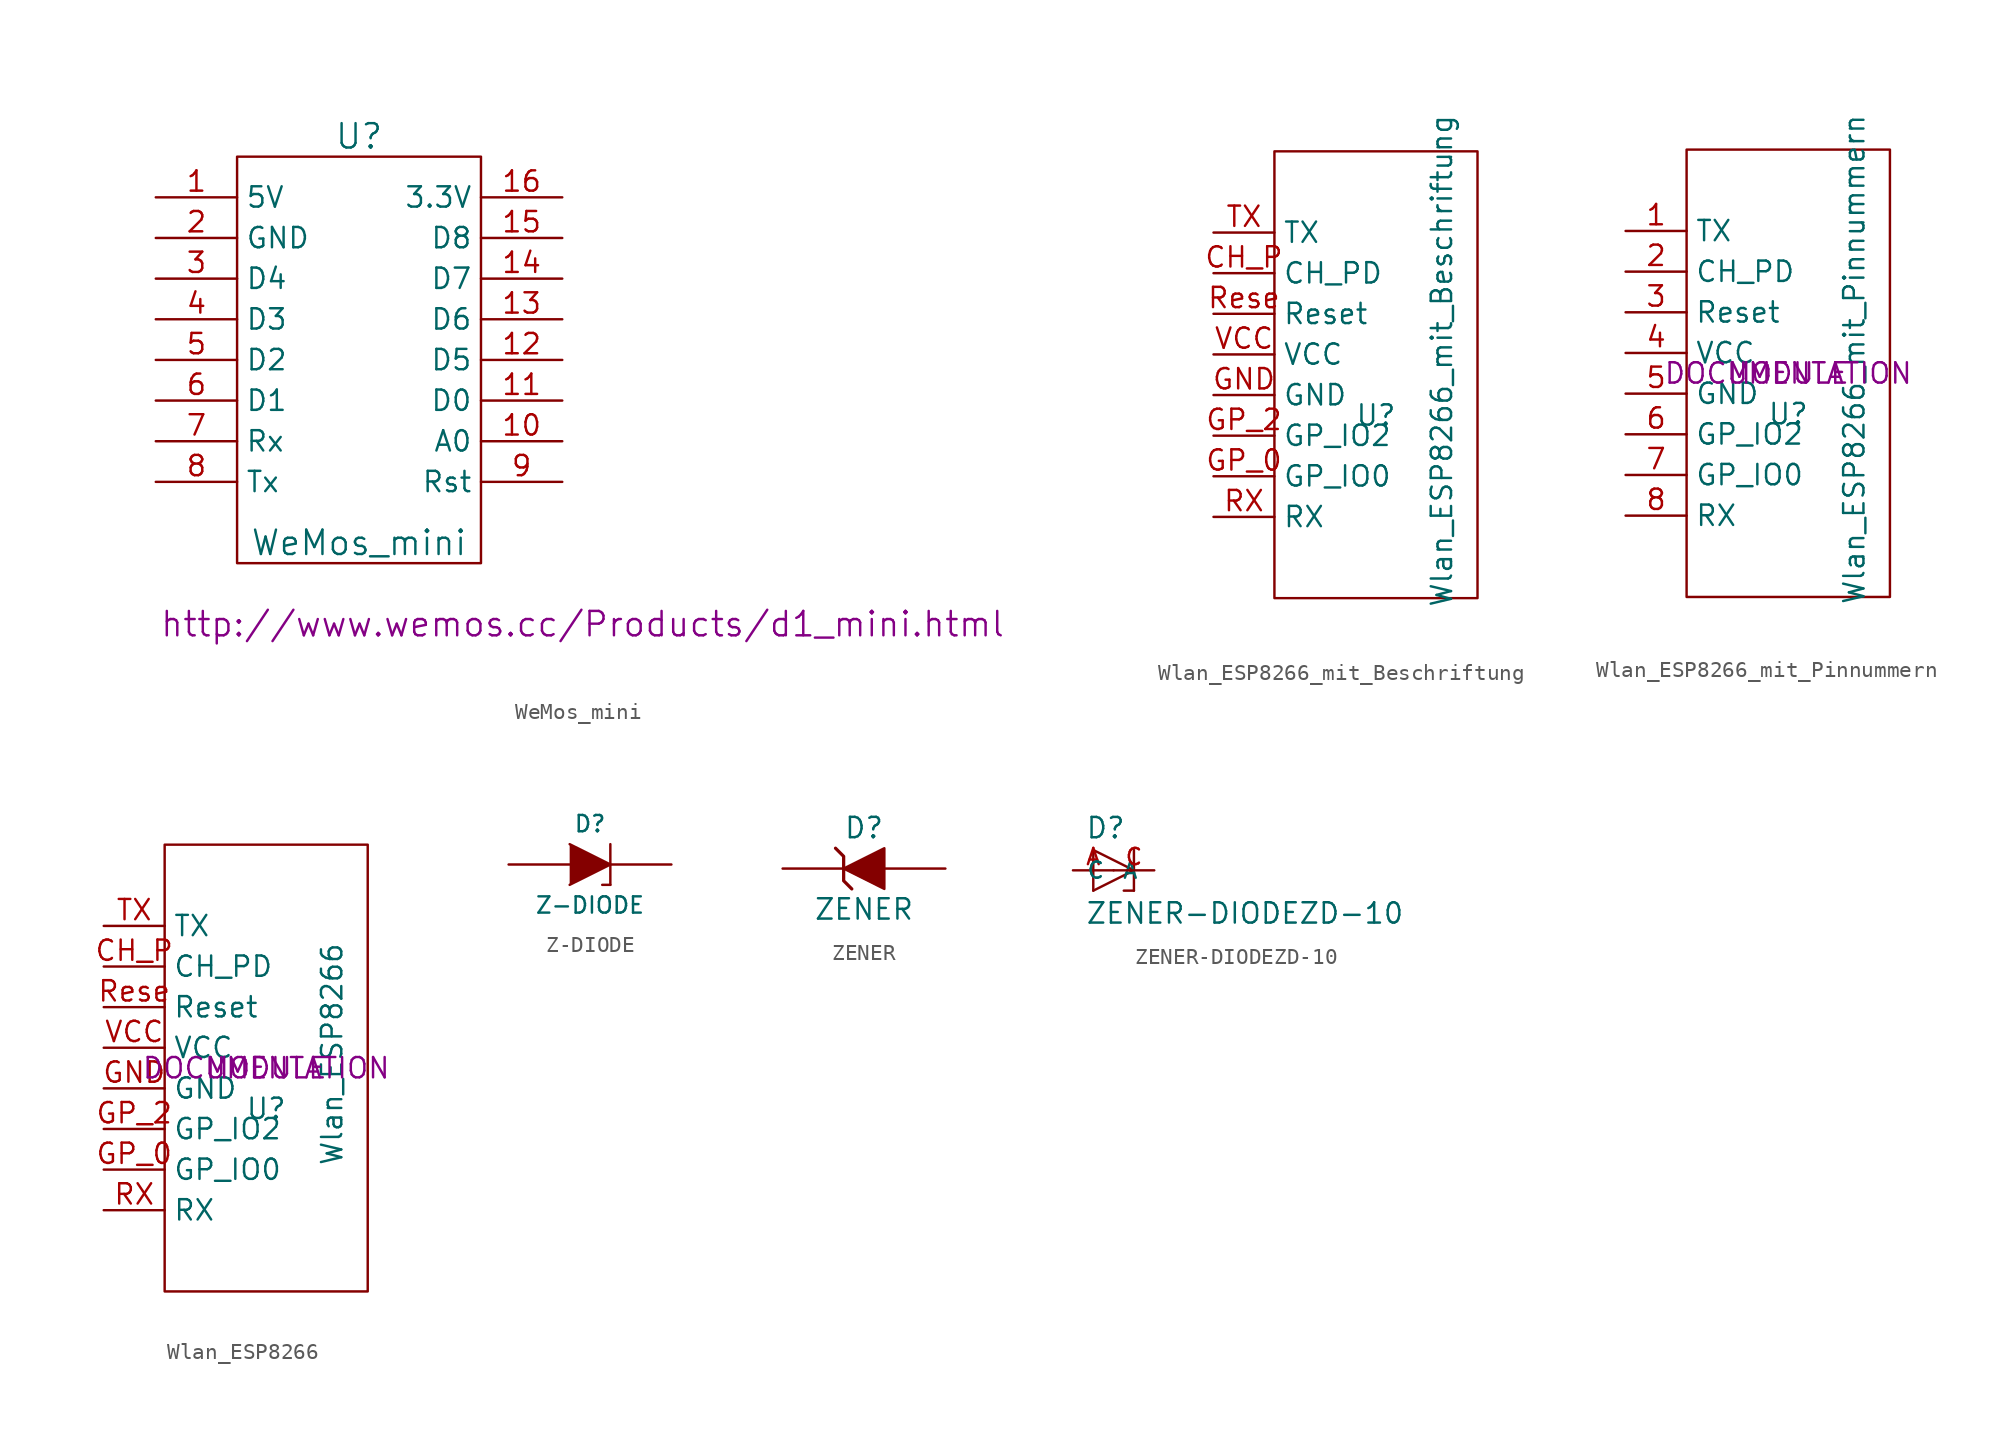
<source format=kicad_sym>
(kicad_symbol_lib
  (version 20201005)
  (generator kicad_symbol_editor)
  (symbol "Zimprich_neu:WeMos_mini"
    (property "Reference" "U"
      (at 0 12.7 0)
      (effects (font (size 1.524 1.524))))
    (property "Value" "WeMos_mini"
      (at 0 -12.7 0)
      (effects (font (size 1.524 1.524))))
    (property "Footprint" ""
      (at 13.97 -17.78 0)
      (effects (font (size 1.524 1.524))))
    (property "Datasheet" "http://www.wemos.cc/Products/d1_mini.html"
      (at 13.97 -17.78 0)
      (effects (font (size 1.524 1.524))))
    (symbol "WeMos_mini_0_1"
      (rectangle (start -7.62 11.43) (end 7.62 -13.97) (stroke (width 0)) (fill (type none))))
    (symbol "WeMos_mini_1_1"
      (pin power_in line (at -12.7 8.89 0) (length 5.08) (name "5V" (effects (font (size 1.27 1.27)))) (number "1" (effects (font (size 1.27 1.27)))))
      (pin bidirectional line (at 12.7 -6.35 180) (length 5.08) (name "A0" (effects (font (size 1.27 1.27)))) (number "10" (effects (font (size 1.27 1.27)))))
      (pin bidirectional line (at 12.7 -3.81 180) (length 5.08) (name "D0" (effects (font (size 1.27 1.27)))) (number "11" (effects (font (size 1.27 1.27)))))
      (pin bidirectional line (at 12.7 -1.27 180) (length 5.08) (name "D5" (effects (font (size 1.27 1.27)))) (number "12" (effects (font (size 1.27 1.27)))))
      (pin bidirectional line (at 12.7 1.27 180) (length 5.08) (name "D6" (effects (font (size 1.27 1.27)))) (number "13" (effects (font (size 1.27 1.27)))))
      (pin bidirectional line (at 12.7 3.81 180) (length 5.08) (name "D7" (effects (font (size 1.27 1.27)))) (number "14" (effects (font (size 1.27 1.27)))))
      (pin bidirectional line (at 12.7 6.35 180) (length 5.08) (name "D8" (effects (font (size 1.27 1.27)))) (number "15" (effects (font (size 1.27 1.27)))))
      (pin power_out line (at 12.7 8.89 180) (length 5.08) (name "3.3V" (effects (font (size 1.27 1.27)))) (number "16" (effects (font (size 1.27 1.27)))))
      (pin power_in line (at -12.7 6.35 0) (length 5.08) (name "GND" (effects (font (size 1.27 1.27)))) (number "2" (effects (font (size 1.27 1.27)))))
      (pin bidirectional line (at -12.7 3.81 0) (length 5.08) (name "D4" (effects (font (size 1.27 1.27)))) (number "3" (effects (font (size 1.27 1.27)))))
      (pin bidirectional line (at -12.7 1.27 0) (length 5.08) (name "D3" (effects (font (size 1.27 1.27)))) (number "4" (effects (font (size 1.27 1.27)))))
      (pin bidirectional line (at -12.7 -1.27 0) (length 5.08) (name "D2" (effects (font (size 1.27 1.27)))) (number "5" (effects (font (size 1.27 1.27)))))
      (pin bidirectional line (at -12.7 -3.81 0) (length 5.08) (name "D1" (effects (font (size 1.27 1.27)))) (number "6" (effects (font (size 1.27 1.27)))))
      (pin bidirectional line (at -12.7 -6.35 0) (length 5.08) (name "Rx" (effects (font (size 1.27 1.27)))) (number "7" (effects (font (size 1.27 1.27)))))
      (pin bidirectional line (at -12.7 -8.89 0) (length 5.08) (name "Tx" (effects (font (size 1.27 1.27)))) (number "8" (effects (font (size 1.27 1.27)))))
      (pin bidirectional line (at 12.7 -8.89 180) (length 5.08) (name "Rst" (effects (font (size 1.27 1.27)))) (number "9" (effects (font (size 1.27 1.27)))))))
  (symbol "Zimprich_neu:Wlan_ESP8266_mit_Beschriftung"
    (property "Reference" "U"
      (at 0 -2.54 0)
      (effects (font (size 1.27 1.27))))
    (property "Value" "Wlan_ESP8266_mit_Beschriftung"
      (at 4.115 0.864 90)
      (effects (font (size 1.27 1.27))))
    (symbol "Wlan_ESP8266_mit_Beschriftung_1_0"
      (rectangle (start -6.35 -13.97) (end 6.35 13.97) (stroke (width 0)) (fill (type none))))
    (symbol "Wlan_ESP8266_mit_Beschriftung_1_1"
      (pin input line (at -10.16 6.35 0) (length 3.81) (name "CH_PD" (effects (font (size 1.27 1.27)))) (number "CH_P" (effects (font (size 1.27 1.27)))))
      (pin input line (at -10.16 -1.27 0) (length 3.81) (name "GND" (effects (font (size 1.27 1.27)))) (number "GND" (effects (font (size 1.27 1.27)))))
      (pin input line (at -10.16 -6.35 0) (length 3.81) (name "GP_IO0" (effects (font (size 1.27 1.27)))) (number "GP_0" (effects (font (size 1.27 1.27)))))
      (pin input line (at -10.16 -3.81 0) (length 3.81) (name "GP_IO2" (effects (font (size 1.27 1.27)))) (number "GP_2" (effects (font (size 1.27 1.27)))))
      (pin input line (at -10.16 -8.89 0) (length 3.81) (name "RX" (effects (font (size 1.27 1.27)))) (number "RX" (effects (font (size 1.27 1.27)))))
      (pin input line (at -10.16 3.81 0) (length 3.81) (name "Reset" (effects (font (size 1.27 1.27)))) (number "Rese" (effects (font (size 1.27 1.27)))))
      (pin input line (at -10.16 8.89 0) (length 3.81) (name "TX" (effects (font (size 1.27 1.27)))) (number "TX" (effects (font (size 1.27 1.27)))))
      (pin input line (at -10.16 1.27 0) (length 3.81) (name "VCC" (effects (font (size 1.27 1.27)))) (number "VCC" (effects (font (size 1.27 1.27)))))))
  (symbol "Zimprich_neu:Wlan_ESP8266_mit_Pinnummern"
    (property "Reference" "U"
      (at 0 -2.54 0)
      (effects (font (size 1.27 1.27))))
    (property "Value" "Wlan_ESP8266_mit_Pinnummern"
      (at 4.115 0.864 90)
      (effects (font (size 1.27 1.27))))
    (property "Footprint" "MODULE"
      (at 0 0 0)
      (effects (font (size 1.27 1.27))))
    (property "Datasheet" "DOCUMENTATION"
      (at 0 0 0)
      (effects (font (size 1.27 1.27))))
    (symbol "Wlan_ESP8266_mit_Pinnummern_1_0"
      (rectangle (start -6.35 -13.97) (end 6.35 13.97) (stroke (width 0)) (fill (type none))))
    (symbol "Wlan_ESP8266_mit_Pinnummern_1_1"
      (pin input line (at -10.16 8.89 0) (length 3.81) (name "TX" (effects (font (size 1.27 1.27)))) (number "1" (effects (font (size 1.27 1.27)))))
      (pin input line (at -10.16 6.35 0) (length 3.81) (name "CH_PD" (effects (font (size 1.27 1.27)))) (number "2" (effects (font (size 1.27 1.27)))))
      (pin input line (at -10.16 3.81 0) (length 3.81) (name "Reset" (effects (font (size 1.27 1.27)))) (number "3" (effects (font (size 1.27 1.27)))))
      (pin input line (at -10.16 1.27 0) (length 3.81) (name "VCC" (effects (font (size 1.27 1.27)))) (number "4" (effects (font (size 1.27 1.27)))))
      (pin input line (at -10.16 -1.27 0) (length 3.81) (name "GND" (effects (font (size 1.27 1.27)))) (number "5" (effects (font (size 1.27 1.27)))))
      (pin input line (at -10.16 -3.81 0) (length 3.81) (name "GP_IO2" (effects (font (size 1.27 1.27)))) (number "6" (effects (font (size 1.27 1.27)))))
      (pin input line (at -10.16 -6.35 0) (length 3.81) (name "GP_IO0" (effects (font (size 1.27 1.27)))) (number "7" (effects (font (size 1.27 1.27)))))
      (pin input line (at -10.16 -8.89 0) (length 3.81) (name "RX" (effects (font (size 1.27 1.27)))) (number "8" (effects (font (size 1.27 1.27)))))))
  (symbol "Zimprich_neu:Wlan_ESP8266"
    (property "Reference" "U"
      (at 0 -2.54 0)
      (effects (font (size 1.27 1.27))))
    (property "Value" "Wlan_ESP8266"
      (at 4.115 0.864 90)
      (effects (font (size 1.27 1.27))))
    (property "Footprint" "MODULE"
      (at 0 0 0)
      (effects (font (size 1.27 1.27))))
    (property "Datasheet" "DOCUMENTATION"
      (at 0 0 0)
      (effects (font (size 1.27 1.27))))
    (symbol "Wlan_ESP8266_1_0"
      (rectangle (start -6.35 -13.97) (end 6.35 13.97) (stroke (width 0)) (fill (type none))))
    (symbol "Wlan_ESP8266_1_1"
      (pin input line (at -10.16 6.35 0) (length 3.81) (name "CH_PD" (effects (font (size 1.27 1.27)))) (number "CH_P" (effects (font (size 1.27 1.27)))))
      (pin input line (at -10.16 -1.27 0) (length 3.81) (name "GND" (effects (font (size 1.27 1.27)))) (number "GND" (effects (font (size 1.27 1.27)))))
      (pin input line (at -10.16 -6.35 0) (length 3.81) (name "GP_IO0" (effects (font (size 1.27 1.27)))) (number "GP_0" (effects (font (size 1.27 1.27)))))
      (pin input line (at -10.16 -3.81 0) (length 3.81) (name "GP_IO2" (effects (font (size 1.27 1.27)))) (number "GP_2" (effects (font (size 1.27 1.27)))))
      (pin input line (at -10.16 -8.89 0) (length 3.81) (name "RX" (effects (font (size 1.27 1.27)))) (number "RX" (effects (font (size 1.27 1.27)))))
      (pin input line (at -10.16 3.81 0) (length 3.81) (name "Reset" (effects (font (size 1.27 1.27)))) (number "Rese" (effects (font (size 1.27 1.27)))))
      (pin input line (at -10.16 8.89 0) (length 3.81) (name "TX" (effects (font (size 1.27 1.27)))) (number "TX" (effects (font (size 1.27 1.27)))))
      (pin input line (at -10.16 1.27 0) (length 3.81) (name "VCC" (effects (font (size 1.27 1.27)))) (number "VCC" (effects (font (size 1.27 1.27)))))))
  (symbol "Zimprich_neu:Z-DIODE"
    (pin_numbers hide)
    (pin_names hide)
    (property "Reference" "D"
      (at 0 2.54 0)
      (effects (font (size 1.016 1.016))))
    (property "Value" "Z-DIODE"
      (at 0 -2.54 0)
      (effects (font (size 1.016 1.016))))
    (property "Footprint" ""
      (at 0 0 0)
      (effects (font (size 1.524 1.524))))
    (property "Datasheet" ""
      (at 0 0 0)
      (effects (font (size 1.524 1.524))))
    (symbol "Z-DIODE_0_1"
      (polyline (pts (xy 0.762 -1.27) (xy 1.27 -1.27)) (stroke (width 0)) (fill (type none)))
      (polyline (pts (xy 1.27 1.27) (xy 1.27 -1.27)) (stroke (width 0.152)) (fill (type none)))
      (polyline (pts (xy -1.27 1.27) (xy 1.27 0) (xy -1.27 -1.27)) (stroke (width 0)) (fill (type outline))))
    (symbol "Z-DIODE_1_1"
      (pin passive line (at -5.08 0 0) (length 3.81) (name "A" (effects (font (size 1.016 1.016)))) (number "1" (effects (font (size 1.016 1.016)))))
      (pin passive line (at 5.08 0 180) (length 3.81) (name "K" (effects (font (size 1.016 1.016)))) (number "2" (effects (font (size 1.016 1.016)))))))
  (symbol "Zimprich_neu:ZENER"
    (pin_numbers hide)
    (pin_names hide)
    (property "Reference" "D"
      (at 0 2.54 0)
      (effects (font (size 1.27 1.27))))
    (property "Value" "ZENER"
      (at 0 -2.54 0)
      (effects (font (size 1.27 1.27))))
    (property "Footprint" ""
      (at 0 0 0)
      (effects (font (size 1.27 1.27))))
    (property "Datasheet" ""
      (at 0 0 0)
      (effects (font (size 1.27 1.27))))
    (symbol "ZENER_0_1"
      (polyline (pts (xy -1.778 1.27) (xy -1.27 0.762) (xy -1.27 -0.762) (xy -0.762 -1.27) (xy -0.762 -1.27)) (stroke (width 0.203)) (fill (type none)))
      (polyline (pts (xy -1.27 0) (xy 1.27 1.27) (xy 1.27 -1.27) (xy -1.27 0) (xy -1.27 0)) (stroke (width 0)) (fill (type outline))))
    (symbol "ZENER_1_1"
      (pin passive line (at -5.08 0 0) (length 3.81) (name "K" (effects (font (size 1.27 1.27)))) (number "1" (effects (font (size 1.27 1.27)))))
      (pin passive line (at 5.08 0 180) (length 3.81) (name "A" (effects (font (size 1.27 1.27)))) (number "2" (effects (font (size 1.27 1.27)))))))
  (symbol "Zimprich_neu:ZENER-DIODEZD-10"
    (property "Reference" "D"
      (at -1.778 1.905 0)
      (effects (font (size 1.27 1.27)) (justify left bottom)))
    (property "Value" "ZENER-DIODEZD-10"
      (at -1.778 -3.429 0)
      (effects (font (size 1.27 1.27)) (justify left bottom)))
    (property "Datasheet" ""
      (at 0 0 0)
      (effects (font (size 1.524 1.524))))
    (property "ki_locked" ""
      (at 0 0 0)
      (effects (font (size 1.27 1.27))))
    (symbol "ZENER-DIODEZD-10_1_0"
      (polyline (pts (xy -1.27 -1.27) (xy 1.27 0)) (stroke (width 0)) (fill (type none)))
      (polyline (pts (xy -1.27 1.27) (xy -1.27 -1.27)) (stroke (width 0)) (fill (type none)))
      (polyline (pts (xy 1.27 -1.27) (xy 0.635 -1.27)) (stroke (width 0)) (fill (type none)))
      (polyline (pts (xy 1.27 0) (xy -1.27 1.27)) (stroke (width 0)) (fill (type none)))
      (polyline (pts (xy 1.27 0) (xy 1.27 -1.27)) (stroke (width 0)) (fill (type none)))
      (polyline (pts (xy 1.27 1.27) (xy 1.27 0)) (stroke (width 0)) (fill (type none))))
    (symbol "ZENER-DIODEZD-10_1_1"
      (pin passive line (at -2.54 0 0) (length 2.54) (name "A" (effects (font (size 1.016 1.016)))) (number "A" (effects (font (size 1.016 1.016)))))
      (pin passive line (at 2.54 0 180) (length 2.54) (name "C" (effects (font (size 1.016 1.016)))) (number "C" (effects (font (size 1.016 1.016))))))))
</source>
